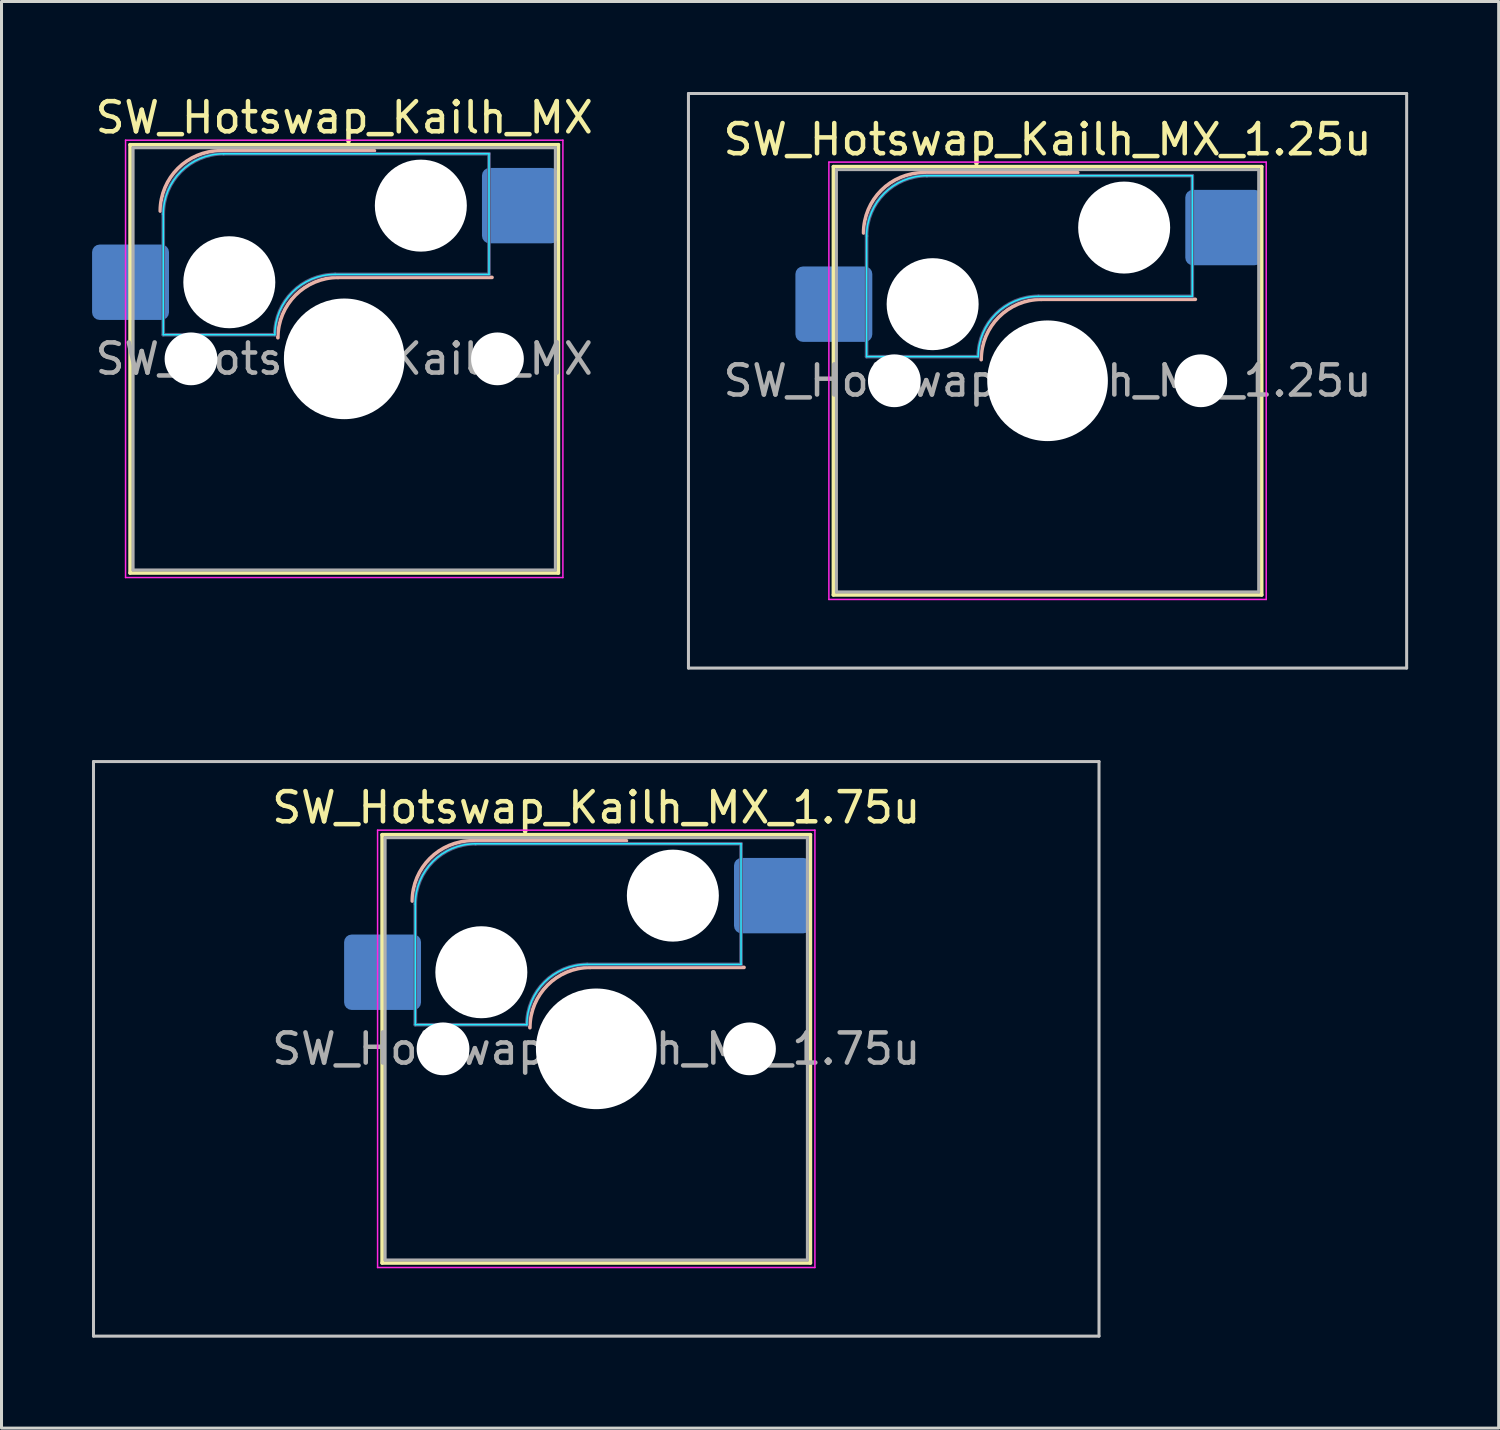
<source format=kicad_pcb>
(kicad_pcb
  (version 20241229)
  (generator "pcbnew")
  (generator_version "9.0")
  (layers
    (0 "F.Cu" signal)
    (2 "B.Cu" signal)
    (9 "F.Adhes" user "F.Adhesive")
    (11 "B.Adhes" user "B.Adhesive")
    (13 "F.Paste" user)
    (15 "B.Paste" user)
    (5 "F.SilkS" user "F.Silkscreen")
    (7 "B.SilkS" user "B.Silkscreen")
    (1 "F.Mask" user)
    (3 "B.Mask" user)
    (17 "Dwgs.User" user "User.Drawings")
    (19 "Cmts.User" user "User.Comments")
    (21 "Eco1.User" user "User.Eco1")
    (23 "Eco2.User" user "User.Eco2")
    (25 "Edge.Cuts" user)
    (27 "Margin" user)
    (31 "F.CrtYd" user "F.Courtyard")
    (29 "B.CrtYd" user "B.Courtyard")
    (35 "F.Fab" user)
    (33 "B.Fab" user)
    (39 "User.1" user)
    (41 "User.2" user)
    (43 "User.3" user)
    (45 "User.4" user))
  (footprint "SW_Hotswap_Kailh_MX_1.75u"
    (layer "F.Cu")
    (at 16.719 31.725)
    (property "Reference" "SW_Hotswap_Kailh_MX_1.75u" (at 0 -8 0) (layer "F.SilkS") (effects (font (size 1 1) (thickness 0.15))))
    (attr smd)
    (fp_line (start -7.1 -7.1) (end -7.1 7.1) (stroke (width 0.12) (type solid)) (layer "F.SilkS"))
    (fp_line (start -7.1 7.1) (end 7.1 7.1) (stroke (width 0.12) (type solid)) (layer "F.SilkS"))
    (fp_line (start 7.1 -7.1) (end -7.1 -7.1) (stroke (width 0.12) (type solid)) (layer "F.SilkS"))
    (fp_line (start 7.1 7.1) (end 7.1 -7.1) (stroke (width 0.12) (type solid)) (layer "F.SilkS"))
    (fp_line (start -4.1 -6.9) (end 1 -6.9) (stroke (width 0.12) (type solid)) (layer "B.SilkS"))
    (fp_line (start -0.2 -2.7) (end 4.9 -2.7) (stroke (width 0.12) (type solid)) (layer "B.SilkS"))
    (fp_arc (start -6.1 -4.9) (mid -5.514214 -6.314214) (end -4.1 -6.9) (stroke (width 0.12) (type solid)) (layer "B.SilkS"))
    (fp_arc (start -2.2 -0.7) (mid -1.614214 -2.114214) (end -0.2 -2.7) (stroke (width 0.12) (type solid)) (layer "B.SilkS"))
    (fp_line (start -16.669 -9.525) (end -16.669 9.525) (stroke (width 0.1) (type solid)) (layer "Dwgs.User"))
    (fp_line (start -16.669 9.525) (end 16.669 9.525) (stroke (width 0.1) (type solid)) (layer "Dwgs.User"))
    (fp_line (start 16.669 -9.525) (end -16.669 -9.525) (stroke (width 0.1) (type solid)) (layer "Dwgs.User"))
    (fp_line (start 16.669 9.525) (end 16.669 -9.525) (stroke (width 0.1) (type solid)) (layer "Dwgs.User"))
    (fp_line (start -7.8 -6) (end -7 -6) (stroke (width 0.1) (type solid)) (layer "Eco1.User"))
    (fp_line (start -7.8 -2.9) (end -7.8 -6) (stroke (width 0.1) (type solid)) (layer "Eco1.User"))
    (fp_line (start -7.8 2.9) (end -7 2.9) (stroke (width 0.1) (type solid)) (layer "Eco1.User"))
    (fp_line (start -7.8 6) (end -7.8 2.9) (stroke (width 0.1) (type solid)) (layer "Eco1.User"))
    (fp_line (start -7 -7) (end 7 -7) (stroke (width 0.1) (type solid)) (layer "Eco1.User"))
    (fp_line (start -7 -6) (end -7 -7) (stroke (width 0.1) (type solid)) (layer "Eco1.User"))
    (fp_line (start -7 -2.9) (end -7.8 -2.9) (stroke (width 0.1) (type solid)) (layer "Eco1.User"))
    (fp_line (start -7 2.9) (end -7 -2.9) (stroke (width 0.1) (type solid)) (layer "Eco1.User"))
    (fp_line (start -7 6) (end -7.8 6) (stroke (width 0.1) (type solid)) (layer "Eco1.User"))
    (fp_line (start -7 7) (end -7 6) (stroke (width 0.1) (type solid)) (layer "Eco1.User"))
    (fp_line (start 7 -7) (end 7 -6) (stroke (width 0.1) (type solid)) (layer "Eco1.User"))
    (fp_line (start 7 -6) (end 7.8 -6) (stroke (width 0.1) (type solid)) (layer "Eco1.User"))
    (fp_line (start 7 -2.9) (end 7 2.9) (stroke (width 0.1) (type solid)) (layer "Eco1.User"))
    (fp_line (start 7 2.9) (end 7.8 2.9) (stroke (width 0.1) (type solid)) (layer "Eco1.User"))
    (fp_line (start 7 6) (end 7 7) (stroke (width 0.1) (type solid)) (layer "Eco1.User"))
    (fp_line (start 7 7) (end -7 7) (stroke (width 0.1) (type solid)) (layer "Eco1.User"))
    (fp_line (start 7.8 -6) (end 7.8 -2.9) (stroke (width 0.1) (type solid)) (layer "Eco1.User"))
    (fp_line (start 7.8 -2.9) (end 7 -2.9) (stroke (width 0.1) (type solid)) (layer "Eco1.User"))
    (fp_line (start 7.8 2.9) (end 7.8 6) (stroke (width 0.1) (type solid)) (layer "Eco1.User"))
    (fp_line (start 7.8 6) (end 7 6) (stroke (width 0.1) (type solid)) (layer "Eco1.User"))
    (fp_line (start -6 -0.8) (end -6 -4.8) (stroke (width 0.05) (type solid)) (layer "B.CrtYd"))
    (fp_line (start -6 -0.8) (end -2.3 -0.8) (stroke (width 0.05) (type solid)) (layer "B.CrtYd"))
    (fp_line (start -4 -6.8) (end 4.8 -6.8) (stroke (width 0.05) (type solid)) (layer "B.CrtYd"))
    (fp_line (start -0.3 -2.8) (end 4.8 -2.8) (stroke (width 0.05) (type solid)) (layer "B.CrtYd"))
    (fp_line (start 4.8 -6.8) (end 4.8 -2.8) (stroke (width 0.05) (type solid)) (layer "B.CrtYd"))
    (fp_arc (start -6 -4.8) (mid -5.414214 -6.214214) (end -4 -6.8) (stroke (width 0.05) (type solid)) (layer "B.CrtYd"))
    (fp_arc (start -2.3 -0.8) (mid -1.714214 -2.214214) (end -0.3 -2.8) (stroke (width 0.05) (type solid)) (layer "B.CrtYd"))
    (fp_line (start -7.25 -7.25) (end -7.25 7.25) (stroke (width 0.05) (type solid)) (layer "F.CrtYd"))
    (fp_line (start -7.25 7.25) (end 7.25 7.25) (stroke (width 0.05) (type solid)) (layer "F.CrtYd"))
    (fp_line (start 7.25 -7.25) (end -7.25 -7.25) (stroke (width 0.05) (type solid)) (layer "F.CrtYd"))
    (fp_line (start 7.25 7.25) (end 7.25 -7.25) (stroke (width 0.05) (type solid)) (layer "F.CrtYd"))
    (fp_line (start -6 -0.8) (end -6 -4.8) (stroke (width 0.12) (type solid)) (layer "B.Fab"))
    (fp_line (start -6 -0.8) (end -2.3 -0.8) (stroke (width 0.12) (type solid)) (layer "B.Fab"))
    (fp_line (start -4 -6.8) (end 4.8 -6.8) (stroke (width 0.12) (type solid)) (layer "B.Fab"))
    (fp_line (start -0.3 -2.8) (end 4.8 -2.8) (stroke (width 0.12) (type solid)) (layer "B.Fab"))
    (fp_line (start 4.8 -6.8) (end 4.8 -2.8) (stroke (width 0.12) (type solid)) (layer "B.Fab"))
    (fp_arc (start -6 -4.8) (mid -5.414214 -6.214214) (end -4 -6.8) (stroke (width 0.12) (type solid)) (layer "B.Fab"))
    (fp_arc (start -2.3 -0.8) (mid -1.714214 -2.214214) (end -0.3 -2.8) (stroke (width 0.12) (type solid)) (layer "B.Fab"))
    (fp_line (start -7 -7) (end -7 7) (stroke (width 0.1) (type solid)) (layer "F.Fab"))
    (fp_line (start -7 7) (end 7 7) (stroke (width 0.1) (type solid)) (layer "F.Fab"))
    (fp_line (start 7 -7) (end -7 -7) (stroke (width 0.1) (type solid)) (layer "F.Fab"))
    (fp_line (start 7 7) (end 7 -7) (stroke (width 0.1) (type solid)) (layer "F.Fab"))
    (fp_text user "${REFERENCE}" (at 0 0 0) (layer "F.Fab") (effects (font (size 1 1) (thickness 0.15))))
    (pad "" np_thru_hole circle (at -5.08 0) (size 1.75 1.75) (drill 1.75) (layers "*.Cu" "*.Mask"))
    (pad "" np_thru_hole circle (at -3.81 -2.54) (size 3.05 3.05) (drill 3.05) (layers "*.Cu" "*.Mask"))
    (pad "" np_thru_hole circle (at 0 0) (size 4 4) (drill 4) (layers "*.Cu" "*.Mask"))
    (pad "" np_thru_hole circle (at 2.54 -5.08) (size 3.05 3.05) (drill 3.05) (layers "*.Cu" "*.Mask"))
    (pad "" np_thru_hole circle (at 5.08 0) (size 1.75 1.75) (drill 1.75) (layers "*.Cu" "*.Mask"))
    (pad "1" smd roundrect (at -7.085 -2.54) (size 2.55 2.5) (layers "B.Cu" "B.Mask" "B.Paste") (roundrect_rratio 0.1))
    (pad "2" smd roundrect (at 5.842 -5.08) (size 2.55 2.5) (layers "B.Cu" "B.Mask" "B.Paste") (roundrect_rratio 0.1)))
  (footprint "SW_Hotswap_Kailh_MX_1.25u"
    (layer "F.Cu")
    (at 31.682 9.575)
    (property "Reference" "SW_Hotswap_Kailh_MX_1.25u" (at 0 -8 0) (layer "F.SilkS") (effects (font (size 1 1) (thickness 0.15))))
    (attr smd)
    (fp_line (start -7.1 -7.1) (end -7.1 7.1) (stroke (width 0.12) (type solid)) (layer "F.SilkS"))
    (fp_line (start -7.1 7.1) (end 7.1 7.1) (stroke (width 0.12) (type solid)) (layer "F.SilkS"))
    (fp_line (start 7.1 -7.1) (end -7.1 -7.1) (stroke (width 0.12) (type solid)) (layer "F.SilkS"))
    (fp_line (start 7.1 7.1) (end 7.1 -7.1) (stroke (width 0.12) (type solid)) (layer "F.SilkS"))
    (fp_line (start -4.1 -6.9) (end 1 -6.9) (stroke (width 0.12) (type solid)) (layer "B.SilkS"))
    (fp_line (start -0.2 -2.7) (end 4.9 -2.7) (stroke (width 0.12) (type solid)) (layer "B.SilkS"))
    (fp_arc (start -6.1 -4.9) (mid -5.514214 -6.314214) (end -4.1 -6.9) (stroke (width 0.12) (type solid)) (layer "B.SilkS"))
    (fp_arc (start -2.2 -0.7) (mid -1.614214 -2.114214) (end -0.2 -2.7) (stroke (width 0.12) (type solid)) (layer "B.SilkS"))
    (fp_line (start -11.906 -9.525) (end -11.906 9.525) (stroke (width 0.1) (type solid)) (layer "Dwgs.User"))
    (fp_line (start -11.906 9.525) (end 11.906 9.525) (stroke (width 0.1) (type solid)) (layer "Dwgs.User"))
    (fp_line (start 11.906 -9.525) (end -11.906 -9.525) (stroke (width 0.1) (type solid)) (layer "Dwgs.User"))
    (fp_line (start 11.906 9.525) (end 11.906 -9.525) (stroke (width 0.1) (type solid)) (layer "Dwgs.User"))
    (fp_line (start -7.8 -6) (end -7 -6) (stroke (width 0.1) (type solid)) (layer "Eco1.User"))
    (fp_line (start -7.8 -2.9) (end -7.8 -6) (stroke (width 0.1) (type solid)) (layer "Eco1.User"))
    (fp_line (start -7.8 2.9) (end -7 2.9) (stroke (width 0.1) (type solid)) (layer "Eco1.User"))
    (fp_line (start -7.8 6) (end -7.8 2.9) (stroke (width 0.1) (type solid)) (layer "Eco1.User"))
    (fp_line (start -7 -7) (end 7 -7) (stroke (width 0.1) (type solid)) (layer "Eco1.User"))
    (fp_line (start -7 -6) (end -7 -7) (stroke (width 0.1) (type solid)) (layer "Eco1.User"))
    (fp_line (start -7 -2.9) (end -7.8 -2.9) (stroke (width 0.1) (type solid)) (layer "Eco1.User"))
    (fp_line (start -7 2.9) (end -7 -2.9) (stroke (width 0.1) (type solid)) (layer "Eco1.User"))
    (fp_line (start -7 6) (end -7.8 6) (stroke (width 0.1) (type solid)) (layer "Eco1.User"))
    (fp_line (start -7 7) (end -7 6) (stroke (width 0.1) (type solid)) (layer "Eco1.User"))
    (fp_line (start 7 -7) (end 7 -6) (stroke (width 0.1) (type solid)) (layer "Eco1.User"))
    (fp_line (start 7 -6) (end 7.8 -6) (stroke (width 0.1) (type solid)) (layer "Eco1.User"))
    (fp_line (start 7 -2.9) (end 7 2.9) (stroke (width 0.1) (type solid)) (layer "Eco1.User"))
    (fp_line (start 7 2.9) (end 7.8 2.9) (stroke (width 0.1) (type solid)) (layer "Eco1.User"))
    (fp_line (start 7 6) (end 7 7) (stroke (width 0.1) (type solid)) (layer "Eco1.User"))
    (fp_line (start 7 7) (end -7 7) (stroke (width 0.1) (type solid)) (layer "Eco1.User"))
    (fp_line (start 7.8 -6) (end 7.8 -2.9) (stroke (width 0.1) (type solid)) (layer "Eco1.User"))
    (fp_line (start 7.8 -2.9) (end 7 -2.9) (stroke (width 0.1) (type solid)) (layer "Eco1.User"))
    (fp_line (start 7.8 2.9) (end 7.8 6) (stroke (width 0.1) (type solid)) (layer "Eco1.User"))
    (fp_line (start 7.8 6) (end 7 6) (stroke (width 0.1) (type solid)) (layer "Eco1.User"))
    (fp_line (start -6 -0.8) (end -6 -4.8) (stroke (width 0.05) (type solid)) (layer "B.CrtYd"))
    (fp_line (start -6 -0.8) (end -2.3 -0.8) (stroke (width 0.05) (type solid)) (layer "B.CrtYd"))
    (fp_line (start -4 -6.8) (end 4.8 -6.8) (stroke (width 0.05) (type solid)) (layer "B.CrtYd"))
    (fp_line (start -0.3 -2.8) (end 4.8 -2.8) (stroke (width 0.05) (type solid)) (layer "B.CrtYd"))
    (fp_line (start 4.8 -6.8) (end 4.8 -2.8) (stroke (width 0.05) (type solid)) (layer "B.CrtYd"))
    (fp_arc (start -6 -4.8) (mid -5.414214 -6.214214) (end -4 -6.8) (stroke (width 0.05) (type solid)) (layer "B.CrtYd"))
    (fp_arc (start -2.3 -0.8) (mid -1.714214 -2.214214) (end -0.3 -2.8) (stroke (width 0.05) (type solid)) (layer "B.CrtYd"))
    (fp_line (start -7.25 -7.25) (end -7.25 7.25) (stroke (width 0.05) (type solid)) (layer "F.CrtYd"))
    (fp_line (start -7.25 7.25) (end 7.25 7.25) (stroke (width 0.05) (type solid)) (layer "F.CrtYd"))
    (fp_line (start 7.25 -7.25) (end -7.25 -7.25) (stroke (width 0.05) (type solid)) (layer "F.CrtYd"))
    (fp_line (start 7.25 7.25) (end 7.25 -7.25) (stroke (width 0.05) (type solid)) (layer "F.CrtYd"))
    (fp_line (start -6 -0.8) (end -6 -4.8) (stroke (width 0.12) (type solid)) (layer "B.Fab"))
    (fp_line (start -6 -0.8) (end -2.3 -0.8) (stroke (width 0.12) (type solid)) (layer "B.Fab"))
    (fp_line (start -4 -6.8) (end 4.8 -6.8) (stroke (width 0.12) (type solid)) (layer "B.Fab"))
    (fp_line (start -0.3 -2.8) (end 4.8 -2.8) (stroke (width 0.12) (type solid)) (layer "B.Fab"))
    (fp_line (start 4.8 -6.8) (end 4.8 -2.8) (stroke (width 0.12) (type solid)) (layer "B.Fab"))
    (fp_arc (start -6 -4.8) (mid -5.414214 -6.214214) (end -4 -6.8) (stroke (width 0.12) (type solid)) (layer "B.Fab"))
    (fp_arc (start -2.3 -0.8) (mid -1.714214 -2.214214) (end -0.3 -2.8) (stroke (width 0.12) (type solid)) (layer "B.Fab"))
    (fp_line (start -7 -7) (end -7 7) (stroke (width 0.1) (type solid)) (layer "F.Fab"))
    (fp_line (start -7 7) (end 7 7) (stroke (width 0.1) (type solid)) (layer "F.Fab"))
    (fp_line (start 7 -7) (end -7 -7) (stroke (width 0.1) (type solid)) (layer "F.Fab"))
    (fp_line (start 7 7) (end 7 -7) (stroke (width 0.1) (type solid)) (layer "F.Fab"))
    (fp_text user "${REFERENCE}" (at 0 0 0) (layer "F.Fab") (effects (font (size 1 1) (thickness 0.15))))
    (pad "" np_thru_hole circle (at -5.08 0) (size 1.75 1.75) (drill 1.75) (layers "*.Cu" "*.Mask"))
    (pad "" np_thru_hole circle (at -3.81 -2.54) (size 3.05 3.05) (drill 3.05) (layers "*.Cu" "*.Mask"))
    (pad "" np_thru_hole circle (at 0 0) (size 4 4) (drill 4) (layers "*.Cu" "*.Mask"))
    (pad "" np_thru_hole circle (at 2.54 -5.08) (size 3.05 3.05) (drill 3.05) (layers "*.Cu" "*.Mask"))
    (pad "" np_thru_hole circle (at 5.08 0) (size 1.75 1.75) (drill 1.75) (layers "*.Cu" "*.Mask"))
    (pad "1" smd roundrect (at -7.085 -2.54) (size 2.55 2.5) (layers "B.Cu" "B.Mask" "B.Paste") (roundrect_rratio 0.1))
    (pad "2" smd roundrect (at 5.842 -5.08) (size 2.55 2.5) (layers "B.Cu" "B.Mask" "B.Paste") (roundrect_rratio 0.1)))
  (footprint "SW_Hotswap_Kailh_MX"
    (layer "F.Cu")
    (at 8.363 8.848)
    (property "Reference" "SW_Hotswap_Kailh_MX" (at 0 -8 0) (layer "F.SilkS") (effects (font (size 1 1) (thickness 0.15))))
    (attr smd)
    (fp_line (start -7.1 -7.1) (end -7.1 7.1) (stroke (width 0.12) (type solid)) (layer "F.SilkS"))
    (fp_line (start -7.1 7.1) (end 7.1 7.1) (stroke (width 0.12) (type solid)) (layer "F.SilkS"))
    (fp_line (start 7.1 -7.1) (end -7.1 -7.1) (stroke (width 0.12) (type solid)) (layer "F.SilkS"))
    (fp_line (start 7.1 7.1) (end 7.1 -7.1) (stroke (width 0.12) (type solid)) (layer "F.SilkS"))
    (fp_line (start -4.1 -6.9) (end 1 -6.9) (stroke (width 0.12) (type solid)) (layer "B.SilkS"))
    (fp_line (start -0.2 -2.7) (end 4.9 -2.7) (stroke (width 0.12) (type solid)) (layer "B.SilkS"))
    (fp_arc (start -6.1 -4.9) (mid -5.514214 -6.314214) (end -4.1 -6.9) (stroke (width 0.12) (type solid)) (layer "B.SilkS"))
    (fp_arc (start -2.2 -0.7) (mid -1.614214 -2.114214) (end -0.2 -2.7) (stroke (width 0.12) (type solid)) (layer "B.SilkS"))
    (fp_line (start -7.8 -6) (end -7 -6) (stroke (width 0.1) (type solid)) (layer "Eco1.User"))
    (fp_line (start -7.8 -2.9) (end -7.8 -6) (stroke (width 0.1) (type solid)) (layer "Eco1.User"))
    (fp_line (start -7.8 2.9) (end -7 2.9) (stroke (width 0.1) (type solid)) (layer "Eco1.User"))
    (fp_line (start -7.8 6) (end -7.8 2.9) (stroke (width 0.1) (type solid)) (layer "Eco1.User"))
    (fp_line (start -7 -7) (end 7 -7) (stroke (width 0.1) (type solid)) (layer "Eco1.User"))
    (fp_line (start -7 -6) (end -7 -7) (stroke (width 0.1) (type solid)) (layer "Eco1.User"))
    (fp_line (start -7 -2.9) (end -7.8 -2.9) (stroke (width 0.1) (type solid)) (layer "Eco1.User"))
    (fp_line (start -7 2.9) (end -7 -2.9) (stroke (width 0.1) (type solid)) (layer "Eco1.User"))
    (fp_line (start -7 6) (end -7.8 6) (stroke (width 0.1) (type solid)) (layer "Eco1.User"))
    (fp_line (start -7 7) (end -7 6) (stroke (width 0.1) (type solid)) (layer "Eco1.User"))
    (fp_line (start 7 -7) (end 7 -6) (stroke (width 0.1) (type solid)) (layer "Eco1.User"))
    (fp_line (start 7 -6) (end 7.8 -6) (stroke (width 0.1) (type solid)) (layer "Eco1.User"))
    (fp_line (start 7 -2.9) (end 7 2.9) (stroke (width 0.1) (type solid)) (layer "Eco1.User"))
    (fp_line (start 7 2.9) (end 7.8 2.9) (stroke (width 0.1) (type solid)) (layer "Eco1.User"))
    (fp_line (start 7 6) (end 7 7) (stroke (width 0.1) (type solid)) (layer "Eco1.User"))
    (fp_line (start 7 7) (end -7 7) (stroke (width 0.1) (type solid)) (layer "Eco1.User"))
    (fp_line (start 7.8 -6) (end 7.8 -2.9) (stroke (width 0.1) (type solid)) (layer "Eco1.User"))
    (fp_line (start 7.8 -2.9) (end 7 -2.9) (stroke (width 0.1) (type solid)) (layer "Eco1.User"))
    (fp_line (start 7.8 2.9) (end 7.8 6) (stroke (width 0.1) (type solid)) (layer "Eco1.User"))
    (fp_line (start 7.8 6) (end 7 6) (stroke (width 0.1) (type solid)) (layer "Eco1.User"))
    (fp_line (start -6 -0.8) (end -6 -4.8) (stroke (width 0.05) (type solid)) (layer "B.CrtYd"))
    (fp_line (start -6 -0.8) (end -2.3 -0.8) (stroke (width 0.05) (type solid)) (layer "B.CrtYd"))
    (fp_line (start -4 -6.8) (end 4.8 -6.8) (stroke (width 0.05) (type solid)) (layer "B.CrtYd"))
    (fp_line (start -0.3 -2.8) (end 4.8 -2.8) (stroke (width 0.05) (type solid)) (layer "B.CrtYd"))
    (fp_line (start 4.8 -6.8) (end 4.8 -2.8) (stroke (width 0.05) (type solid)) (layer "B.CrtYd"))
    (fp_arc (start -6 -4.8) (mid -5.414214 -6.214214) (end -4 -6.8) (stroke (width 0.05) (type solid)) (layer "B.CrtYd"))
    (fp_arc (start -2.3 -0.8) (mid -1.714214 -2.214214) (end -0.3 -2.8) (stroke (width 0.05) (type solid)) (layer "B.CrtYd"))
    (fp_line (start -7.25 -7.25) (end -7.25 7.25) (stroke (width 0.05) (type solid)) (layer "F.CrtYd"))
    (fp_line (start -7.25 7.25) (end 7.25 7.25) (stroke (width 0.05) (type solid)) (layer "F.CrtYd"))
    (fp_line (start 7.25 -7.25) (end -7.25 -7.25) (stroke (width 0.05) (type solid)) (layer "F.CrtYd"))
    (fp_line (start 7.25 7.25) (end 7.25 -7.25) (stroke (width 0.05) (type solid)) (layer "F.CrtYd"))
    (fp_line (start -6 -0.8) (end -6 -4.8) (stroke (width 0.12) (type solid)) (layer "B.Fab"))
    (fp_line (start -6 -0.8) (end -2.3 -0.8) (stroke (width 0.12) (type solid)) (layer "B.Fab"))
    (fp_line (start -4 -6.8) (end 4.8 -6.8) (stroke (width 0.12) (type solid)) (layer "B.Fab"))
    (fp_line (start -0.3 -2.8) (end 4.8 -2.8) (stroke (width 0.12) (type solid)) (layer "B.Fab"))
    (fp_line (start 4.8 -6.8) (end 4.8 -2.8) (stroke (width 0.12) (type solid)) (layer "B.Fab"))
    (fp_arc (start -6 -4.8) (mid -5.414214 -6.214214) (end -4 -6.8) (stroke (width 0.12) (type solid)) (layer "B.Fab"))
    (fp_arc (start -2.3 -0.8) (mid -1.714214 -2.214214) (end -0.3 -2.8) (stroke (width 0.12) (type solid)) (layer "B.Fab"))
    (fp_line (start -7 -7) (end -7 7) (stroke (width 0.1) (type solid)) (layer "F.Fab"))
    (fp_line (start -7 7) (end 7 7) (stroke (width 0.1) (type solid)) (layer "F.Fab"))
    (fp_line (start 7 -7) (end -7 -7) (stroke (width 0.1) (type solid)) (layer "F.Fab"))
    (fp_line (start 7 7) (end 7 -7) (stroke (width 0.1) (type solid)) (layer "F.Fab"))
    (fp_text user "${REFERENCE}" (at 0 0 0) (layer "F.Fab") (effects (font (size 1 1) (thickness 0.15))))
    (pad "" np_thru_hole circle (at -5.08 0) (size 1.75 1.75) (drill 1.75) (layers "*.Cu" "*.Mask"))
    (pad "" np_thru_hole circle (at -3.81 -2.54) (size 3.05 3.05) (drill 3.05) (layers "*.Cu" "*.Mask"))
    (pad "" np_thru_hole circle (at 0 0) (size 4 4) (drill 4) (layers "*.Cu" "*.Mask"))
    (pad "" np_thru_hole circle (at 2.54 -5.08) (size 3.05 3.05) (drill 3.05) (layers "*.Cu" "*.Mask"))
    (pad "" np_thru_hole circle (at 5.08 0) (size 1.75 1.75) (drill 1.75) (layers "*.Cu" "*.Mask"))
    (pad "1" smd roundrect (at -7.085 -2.54) (size 2.55 2.5) (layers "B.Cu" "B.Mask" "B.Paste") (roundrect_rratio 0.1))
    (pad "2" smd roundrect (at 5.842 -5.08) (size 2.55 2.5) (layers "B.Cu" "B.Mask" "B.Paste") (roundrect_rratio 0.1)))
  (gr_rect
    (start -3 -3)
    (end 46.639 44.3)
    (stroke (width 0.1) (type default))
    (fill no)
    (layer "Edge.Cuts")))
</source>
